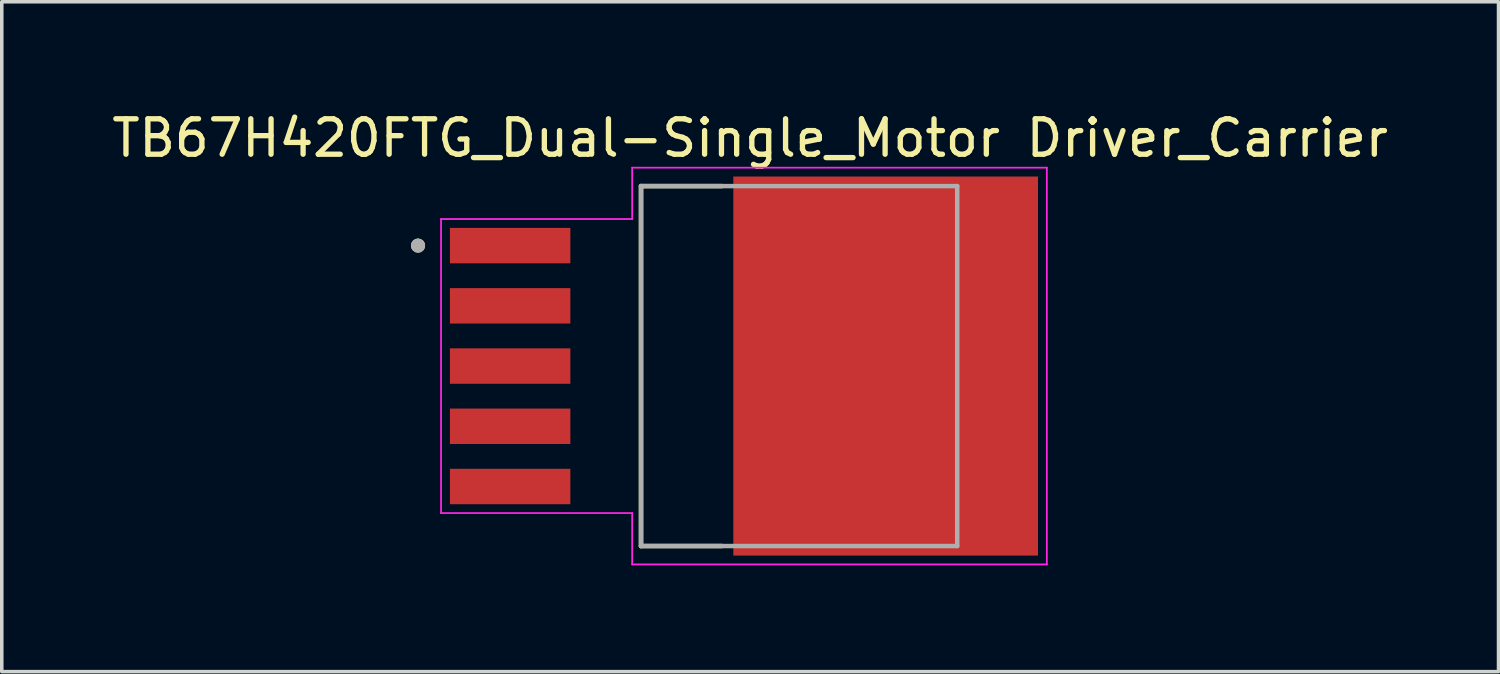
<source format=kicad_pcb>
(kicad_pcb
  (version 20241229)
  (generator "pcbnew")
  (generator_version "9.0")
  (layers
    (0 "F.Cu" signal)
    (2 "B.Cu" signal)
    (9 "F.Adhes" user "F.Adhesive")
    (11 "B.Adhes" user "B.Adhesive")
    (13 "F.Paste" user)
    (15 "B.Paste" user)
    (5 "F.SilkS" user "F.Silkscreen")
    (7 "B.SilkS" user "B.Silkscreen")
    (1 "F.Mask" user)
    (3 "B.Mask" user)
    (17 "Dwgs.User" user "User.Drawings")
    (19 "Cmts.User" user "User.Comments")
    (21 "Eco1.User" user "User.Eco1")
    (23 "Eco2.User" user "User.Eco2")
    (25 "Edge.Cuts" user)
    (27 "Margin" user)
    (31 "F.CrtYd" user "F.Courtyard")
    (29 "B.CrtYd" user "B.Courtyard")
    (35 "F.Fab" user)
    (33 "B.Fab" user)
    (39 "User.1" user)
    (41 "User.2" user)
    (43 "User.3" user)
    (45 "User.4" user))
  (footprint "TB67H420FTG_Dual-Single_Motor Driver_Carrier"
    (layer "F.Cu")
    (at 21.95 7.283)
    (property "Reference" "TB67H420FTG_Dual-Single_Motor Driver_Carrier" (at -3.825 -6.435 0) (layer "F.SilkS") (effects (font (size 1 1) (thickness 0.15))))
    (attr smd)
    (fp_poly (pts (xy -12.37 -3.97) (xy -8.83 -3.97) (xy -8.83 -2.83) (xy -12.37 -2.83)) (stroke (width 0.01) (type solid)) (fill yes) (layer "F.Mask"))
    (fp_poly (pts (xy -12.37 -2.27) (xy -8.83 -2.27) (xy -8.83 -1.13) (xy -12.37 -1.13)) (stroke (width 0.01) (type solid)) (fill yes) (layer "F.Mask"))
    (fp_poly (pts (xy -12.37 -0.57) (xy -8.83 -0.57) (xy -8.83 0.57) (xy -12.37 0.57)) (stroke (width 0.01) (type solid)) (fill yes) (layer "F.Mask"))
    (fp_poly (pts (xy -12.37 1.13) (xy -8.83 1.13) (xy -8.83 2.27) (xy -12.37 2.27)) (stroke (width 0.01) (type solid)) (fill yes) (layer "F.Mask"))
    (fp_poly (pts (xy -12.37 2.83) (xy -8.83 2.83) (xy -8.83 3.97) (xy -12.37 3.97)) (stroke (width 0.01) (type solid)) (fill yes) (layer "F.Mask"))
    (fp_poly (pts (xy -4.37 -5.42) (xy 4.37 -5.42) (xy 4.37 5.42) (xy -4.37 5.42)) (stroke (width 0.01) (type solid)) (fill yes) (layer "F.Mask"))
    (fp_line (start -6.905 -5.08) (end -6.905 5.08) (stroke (width 0.127) (type solid)) (layer "F.SilkS"))
    (fp_line (start -6.905 5.08) (end -4.62 5.08) (stroke (width 0.127) (type solid)) (layer "F.SilkS"))
    (fp_line (start -4.62 -5.08) (end -6.905 -5.08) (stroke (width 0.127) (type solid)) (layer "F.SilkS"))
    (fp_circle (center -13.2 -3.4) (end -13.1 -3.4) (stroke (width 0.2) (type solid)) (fill no) (layer "F.SilkS"))
    (fp_poly (pts (xy -12.25 -3.85) (xy -8.95 -3.85) (xy -8.95 -2.95) (xy -12.25 -2.95)) (stroke (width 0.01) (type solid)) (fill yes) (layer "F.Paste"))
    (fp_poly (pts (xy -12.25 -2.15) (xy -8.95 -2.15) (xy -8.95 -1.25) (xy -12.25 -1.25)) (stroke (width 0.01) (type solid)) (fill yes) (layer "F.Paste"))
    (fp_poly (pts (xy -12.25 -0.45) (xy -8.95 -0.45) (xy -8.95 0.45) (xy -12.25 0.45)) (stroke (width 0.01) (type solid)) (fill yes) (layer "F.Paste"))
    (fp_poly (pts (xy -12.25 1.25) (xy -8.95 1.25) (xy -8.95 2.15) (xy -12.25 2.15)) (stroke (width 0.01) (type solid)) (fill yes) (layer "F.Paste"))
    (fp_poly (pts (xy -12.25 2.95) (xy -8.95 2.95) (xy -8.95 3.85) (xy -12.25 3.85)) (stroke (width 0.01) (type solid)) (fill yes) (layer "F.Paste"))
    (fp_poly (pts (xy -4.25 -5.3) (xy 4.25 -5.3) (xy 4.25 5.3) (xy -4.25 5.3)) (stroke (width 0.01) (type solid)) (fill yes) (layer "F.Paste"))
    (fp_line (start -12.55 -4.15) (end -12.55 4.15) (stroke (width 0.05) (type solid)) (layer "F.CrtYd"))
    (fp_line (start -12.55 4.15) (end -7.155 4.15) (stroke (width 0.05) (type solid)) (layer "F.CrtYd"))
    (fp_line (start -7.155 -5.6) (end -7.155 -4.15) (stroke (width 0.05) (type solid)) (layer "F.CrtYd"))
    (fp_line (start -7.155 -4.15) (end -12.55 -4.15) (stroke (width 0.05) (type solid)) (layer "F.CrtYd"))
    (fp_line (start -7.155 4.15) (end -7.155 5.6) (stroke (width 0.05) (type solid)) (layer "F.CrtYd"))
    (fp_line (start -7.155 5.6) (end 4.55 5.6) (stroke (width 0.05) (type solid)) (layer "F.CrtYd"))
    (fp_line (start 4.55 -5.6) (end -7.155 -5.6) (stroke (width 0.05) (type solid)) (layer "F.CrtYd"))
    (fp_line (start 4.55 5.6) (end 4.55 -5.6) (stroke (width 0.05) (type solid)) (layer "F.CrtYd"))
    (fp_line (start -6.905 -5.08) (end -6.905 5.08) (stroke (width 0.127) (type solid)) (layer "F.Fab"))
    (fp_line (start -6.905 5.08) (end 2.02 5.08) (stroke (width 0.127) (type solid)) (layer "F.Fab"))
    (fp_line (start 2.02 -5.08) (end -6.905 -5.08) (stroke (width 0.127) (type solid)) (layer "F.Fab"))
    (fp_line (start 2.02 5.08) (end 2.02 -5.08) (stroke (width 0.127) (type solid)) (layer "F.Fab"))
    (fp_circle (center -13.2 -3.4) (end -13.1 -3.4) (stroke (width 0.2) (type solid)) (fill no) (layer "F.Fab"))
    (pad "1" smd rect (at -10.6 -3.4) (size 3.4 1) (layers "F.Cu"))
    (pad "2" smd rect (at -10.6 -1.7) (size 3.4 1) (layers "F.Cu"))
    (pad "3" smd rect (at -10.6 0) (size 3.4 1) (layers "F.Cu"))
    (pad "4" smd rect (at -10.6 1.7) (size 3.4 1) (layers "F.Cu"))
    (pad "5" smd rect (at -10.6 3.4) (size 3.4 1) (layers "F.Cu"))
    (pad "6" smd rect (at 0 0) (size 8.6 10.7) (layers "F.Cu")))
  (gr_rect
    (start -3 -3)
    (end 39.25 15.908)
    (stroke (width 0.1) (type default))
    (fill no)
    (layer "Edge.Cuts")))
</source>
